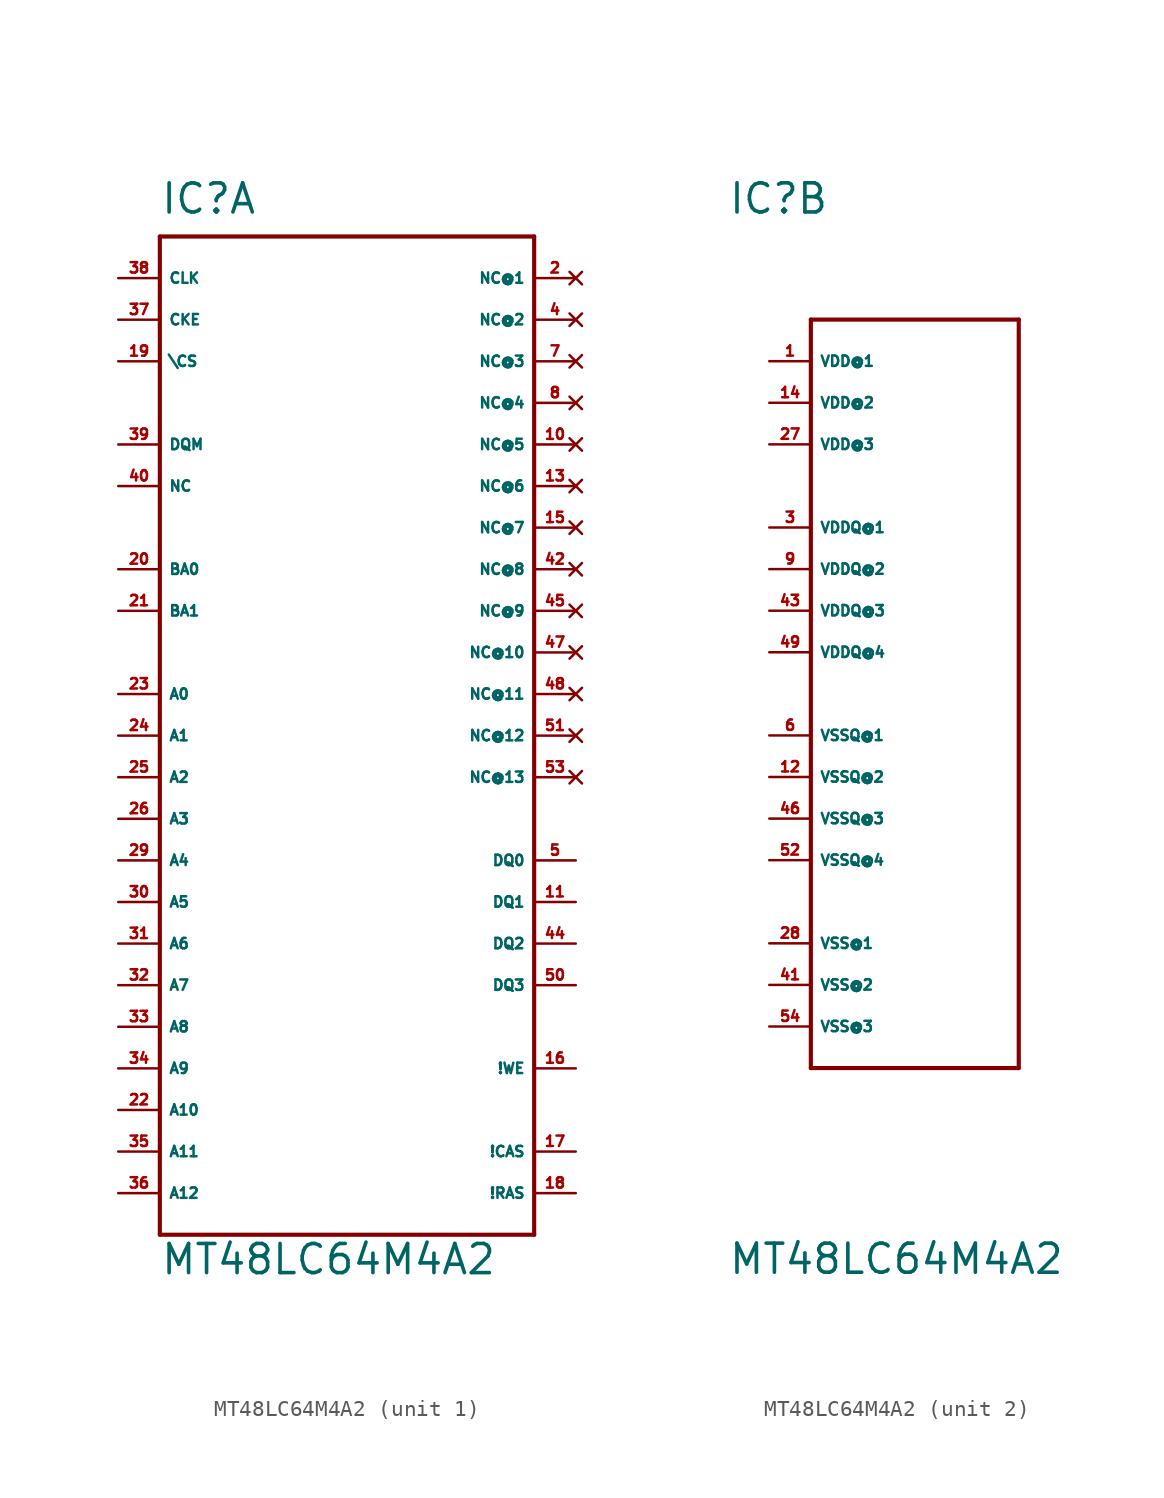
<source format=kicad_sym>
(kicad_symbol_lib
  (version 20220914)
  (generator Eagle2Kicad)
  (symbol "MT48LC64M4A2"
    (property "Reference" "IC"
      (at -10.16 29.21 0)
      (effects (font (size 1.778 1.778) (thickness 0.22)) (justify left bottom)))
    (property "Value" "MT48LC64M4A2"
      (at -10.16 -35.56 0)
      (effects (font (size 1.778 1.778) (thickness 0.22)) (justify left bottom)))
    (symbol "MT48LC64M4A2_1_0"
      (polyline (pts (xy -10.16 27.94) (xy 12.7 27.94)) (stroke (width 0.254) (type default)) (fill (type none)))
      (polyline (pts (xy 12.7 27.94) (xy 12.7 -33.02)) (stroke (width 0.254) (type default)) (fill (type none)))
      (polyline (pts (xy 12.7 -33.02) (xy -10.16 -33.02)) (stroke (width 0.254) (type default)) (fill (type none)))
      (polyline (pts (xy -10.16 -33.02) (xy -10.16 27.94)) (stroke (width 0.254) (type default)) (fill (type none)))
      (pin input line (at -12.7 25.4 0) (length 2.54) (name "CLK" (effects (font (size 0.635 0.635) (thickness 0.08)) (justify left bottom))) (number "38" (effects (font (size 0.635 0.635) (thickness 0.08)) (justify left bottom))))
      (pin input line (at -12.7 22.86 0) (length 2.54) (name "CKE" (effects (font (size 0.635 0.635) (thickness 0.08)) (justify left bottom))) (number "37" (effects (font (size 0.635 0.635) (thickness 0.08)) (justify left bottom))))
      (pin input line (at -12.7 20.32 0) (length 2.54) (name "\CS" (effects (font (size 0.635 0.635) (thickness 0.08)) (justify left bottom))) (number "19" (effects (font (size 0.635 0.635) (thickness 0.08)) (justify left bottom))))
      (pin input line (at 15.24 -22.86 180) (length 2.54) (name "!WE" (effects (font (size 0.635 0.635) (thickness 0.08)) (justify left bottom))) (number "16" (effects (font (size 0.635 0.635) (thickness 0.08)) (justify left bottom))))
      (pin input line (at 15.24 -27.94 180) (length 2.54) (name "!CAS" (effects (font (size 0.635 0.635) (thickness 0.08)) (justify left bottom))) (number "17" (effects (font (size 0.635 0.635) (thickness 0.08)) (justify left bottom))))
      (pin input line (at 15.24 -30.48 180) (length 2.54) (name "!RAS" (effects (font (size 0.635 0.635) (thickness 0.08)) (justify left bottom))) (number "18" (effects (font (size 0.635 0.635) (thickness 0.08)) (justify left bottom))))
      (pin input line (at -12.7 15.24 0) (length 2.54) (name "DQM" (effects (font (size 0.635 0.635) (thickness 0.08)) (justify left bottom))) (number "39" (effects (font (size 0.635 0.635) (thickness 0.08)) (justify left bottom))))
      (pin input line (at -12.7 12.7 0) (length 2.54) (name "NC" (effects (font (size 0.635 0.635) (thickness 0.08)) (justify left bottom))) (number "40" (effects (font (size 0.635 0.635) (thickness 0.08)) (justify left bottom))))
      (pin input line (at -12.7 7.62 0) (length 2.54) (name "BA0" (effects (font (size 0.635 0.635) (thickness 0.08)) (justify left bottom))) (number "20" (effects (font (size 0.635 0.635) (thickness 0.08)) (justify left bottom))))
      (pin input line (at -12.7 5.08 0) (length 2.54) (name "BA1" (effects (font (size 0.635 0.635) (thickness 0.08)) (justify left bottom))) (number "21" (effects (font (size 0.635 0.635) (thickness 0.08)) (justify left bottom))))
      (pin input line (at -12.7 0 0) (length 2.54) (name "A0" (effects (font (size 0.635 0.635) (thickness 0.08)) (justify left bottom))) (number "23" (effects (font (size 0.635 0.635) (thickness 0.08)) (justify left bottom))))
      (pin input line (at -12.7 -2.54 0) (length 2.54) (name "A1" (effects (font (size 0.635 0.635) (thickness 0.08)) (justify left bottom))) (number "24" (effects (font (size 0.635 0.635) (thickness 0.08)) (justify left bottom))))
      (pin input line (at -12.7 -5.08 0) (length 2.54) (name "A2" (effects (font (size 0.635 0.635) (thickness 0.08)) (justify left bottom))) (number "25" (effects (font (size 0.635 0.635) (thickness 0.08)) (justify left bottom))))
      (pin input line (at -12.7 -7.62 0) (length 2.54) (name "A3" (effects (font (size 0.635 0.635) (thickness 0.08)) (justify left bottom))) (number "26" (effects (font (size 0.635 0.635) (thickness 0.08)) (justify left bottom))))
      (pin input line (at -12.7 -10.16 0) (length 2.54) (name "A4" (effects (font (size 0.635 0.635) (thickness 0.08)) (justify left bottom))) (number "29" (effects (font (size 0.635 0.635) (thickness 0.08)) (justify left bottom))))
      (pin input line (at -12.7 -12.7 0) (length 2.54) (name "A5" (effects (font (size 0.635 0.635) (thickness 0.08)) (justify left bottom))) (number "30" (effects (font (size 0.635 0.635) (thickness 0.08)) (justify left bottom))))
      (pin input line (at -12.7 -15.24 0) (length 2.54) (name "A6" (effects (font (size 0.635 0.635) (thickness 0.08)) (justify left bottom))) (number "31" (effects (font (size 0.635 0.635) (thickness 0.08)) (justify left bottom))))
      (pin input line (at -12.7 -17.78 0) (length 2.54) (name "A7" (effects (font (size 0.635 0.635) (thickness 0.08)) (justify left bottom))) (number "32" (effects (font (size 0.635 0.635) (thickness 0.08)) (justify left bottom))))
      (pin input line (at -12.7 -20.32 0) (length 2.54) (name "A8" (effects (font (size 0.635 0.635) (thickness 0.08)) (justify left bottom))) (number "33" (effects (font (size 0.635 0.635) (thickness 0.08)) (justify left bottom))))
      (pin input line (at -12.7 -22.86 0) (length 2.54) (name "A9" (effects (font (size 0.635 0.635) (thickness 0.08)) (justify left bottom))) (number "34" (effects (font (size 0.635 0.635) (thickness 0.08)) (justify left bottom))))
      (pin input line (at -12.7 -25.4 0) (length 2.54) (name "A10" (effects (font (size 0.635 0.635) (thickness 0.08)) (justify left bottom))) (number "22" (effects (font (size 0.635 0.635) (thickness 0.08)) (justify left bottom))))
      (pin input line (at -12.7 -27.94 0) (length 2.54) (name "A11" (effects (font (size 0.635 0.635) (thickness 0.08)) (justify left bottom))) (number "35" (effects (font (size 0.635 0.635) (thickness 0.08)) (justify left bottom))))
      (pin input line (at -12.7 -30.48 0) (length 2.54) (name "A12" (effects (font (size 0.635 0.635) (thickness 0.08)) (justify left bottom))) (number "36" (effects (font (size 0.635 0.635) (thickness 0.08)) (justify left bottom))))
      (pin tri_state line (at 15.24 -10.16 180) (length 2.54) (name "DQ0" (effects (font (size 0.635 0.635) (thickness 0.08)) (justify left bottom))) (number "5" (effects (font (size 0.635 0.635) (thickness 0.08)) (justify left bottom))))
      (pin tri_state line (at 15.24 -12.7 180) (length 2.54) (name "DQ1" (effects (font (size 0.635 0.635) (thickness 0.08)) (justify left bottom))) (number "11" (effects (font (size 0.635 0.635) (thickness 0.08)) (justify left bottom))))
      (pin tri_state line (at 15.24 -15.24 180) (length 2.54) (name "DQ2" (effects (font (size 0.635 0.635) (thickness 0.08)) (justify left bottom))) (number "44" (effects (font (size 0.635 0.635) (thickness 0.08)) (justify left bottom))))
      (pin tri_state line (at 15.24 -17.78 180) (length 2.54) (name "DQ3" (effects (font (size 0.635 0.635) (thickness 0.08)) (justify left bottom))) (number "50" (effects (font (size 0.635 0.635) (thickness 0.08)) (justify left bottom))))
      (pin no_connect line (at 15.24 25.4 180) (length 2.54) (name "NC@1" (effects (font (size 0.635 0.635) (thickness 0.08)) (justify left bottom) hide)) (number "2" (effects (font (size 0.635 0.635) (thickness 0.08)) (justify left bottom) hide)))
      (pin no_connect line (at 15.24 22.86 180) (length 2.54) (name "NC@2" (effects (font (size 0.635 0.635) (thickness 0.08)) (justify left bottom) hide)) (number "4" (effects (font (size 0.635 0.635) (thickness 0.08)) (justify left bottom) hide)))
      (pin no_connect line (at 15.24 20.32 180) (length 2.54) (name "NC@3" (effects (font (size 0.635 0.635) (thickness 0.08)) (justify left bottom) hide)) (number "7" (effects (font (size 0.635 0.635) (thickness 0.08)) (justify left bottom) hide)))
      (pin no_connect line (at 15.24 17.78 180) (length 2.54) (name "NC@4" (effects (font (size 0.635 0.635) (thickness 0.08)) (justify left bottom) hide)) (number "8" (effects (font (size 0.635 0.635) (thickness 0.08)) (justify left bottom) hide)))
      (pin no_connect line (at 15.24 15.24 180) (length 2.54) (name "NC@5" (effects (font (size 0.635 0.635) (thickness 0.08)) (justify left bottom) hide)) (number "10" (effects (font (size 0.635 0.635) (thickness 0.08)) (justify left bottom) hide)))
      (pin no_connect line (at 15.24 12.7 180) (length 2.54) (name "NC@6" (effects (font (size 0.635 0.635) (thickness 0.08)) (justify left bottom) hide)) (number "13" (effects (font (size 0.635 0.635) (thickness 0.08)) (justify left bottom) hide)))
      (pin no_connect line (at 15.24 10.16 180) (length 2.54) (name "NC@7" (effects (font (size 0.635 0.635) (thickness 0.08)) (justify left bottom) hide)) (number "15" (effects (font (size 0.635 0.635) (thickness 0.08)) (justify left bottom) hide)))
      (pin no_connect line (at 15.24 7.62 180) (length 2.54) (name "NC@8" (effects (font (size 0.635 0.635) (thickness 0.08)) (justify left bottom) hide)) (number "42" (effects (font (size 0.635 0.635) (thickness 0.08)) (justify left bottom) hide)))
      (pin no_connect line (at 15.24 5.08 180) (length 2.54) (name "NC@9" (effects (font (size 0.635 0.635) (thickness 0.08)) (justify left bottom) hide)) (number "45" (effects (font (size 0.635 0.635) (thickness 0.08)) (justify left bottom) hide)))
      (pin no_connect line (at 15.24 2.54 180) (length 2.54) (name "NC@10" (effects (font (size 0.635 0.635) (thickness 0.08)) (justify left bottom) hide)) (number "47" (effects (font (size 0.635 0.635) (thickness 0.08)) (justify left bottom) hide)))
      (pin no_connect line (at 15.24 0 180) (length 2.54) (name "NC@11" (effects (font (size 0.635 0.635) (thickness 0.08)) (justify left bottom) hide)) (number "48" (effects (font (size 0.635 0.635) (thickness 0.08)) (justify left bottom) hide)))
      (pin no_connect line (at 15.24 -2.54 180) (length 2.54) (name "NC@12" (effects (font (size 0.635 0.635) (thickness 0.08)) (justify left bottom) hide)) (number "51" (effects (font (size 0.635 0.635) (thickness 0.08)) (justify left bottom) hide)))
      (pin no_connect line (at 15.24 -5.08 180) (length 2.54) (name "NC@13" (effects (font (size 0.635 0.635) (thickness 0.08)) (justify left bottom) hide)) (number "53" (effects (font (size 0.635 0.635) (thickness 0.08)) (justify left bottom) hide))))
    (symbol "MT48LC64M4A2_2_0"
      (polyline (pts (xy -5.08 22.86) (xy 7.62 22.86)) (stroke (width 0.254) (type default)) (fill (type none)))
      (polyline (pts (xy 7.62 22.86) (xy 7.62 -22.86)) (stroke (width 0.254) (type default)) (fill (type none)))
      (polyline (pts (xy 7.62 -22.86) (xy -5.08 -22.86)) (stroke (width 0.254) (type default)) (fill (type none)))
      (polyline (pts (xy -5.08 -22.86) (xy -5.08 22.86)) (stroke (width 0.254) (type default)) (fill (type none)))
      (pin unspecified line (at -7.62 10.16 0) (length 2.54) (name "VDDQ@1" (effects (font (size 0.635 0.635) (thickness 0.08)) (justify left bottom))) (number "3" (effects (font (size 0.635 0.635) (thickness 0.08)) (justify left bottom))))
      (pin unspecified line (at -7.62 7.62 0) (length 2.54) (name "VDDQ@2" (effects (font (size 0.635 0.635) (thickness 0.08)) (justify left bottom))) (number "9" (effects (font (size 0.635 0.635) (thickness 0.08)) (justify left bottom))))
      (pin unspecified line (at -7.62 5.08 0) (length 2.54) (name "VDDQ@3" (effects (font (size 0.635 0.635) (thickness 0.08)) (justify left bottom))) (number "43" (effects (font (size 0.635 0.635) (thickness 0.08)) (justify left bottom))))
      (pin unspecified line (at -7.62 2.54 0) (length 2.54) (name "VDDQ@4" (effects (font (size 0.635 0.635) (thickness 0.08)) (justify left bottom))) (number "49" (effects (font (size 0.635 0.635) (thickness 0.08)) (justify left bottom))))
      (pin unspecified line (at -7.62 -2.54 0) (length 2.54) (name "VSSQ@1" (effects (font (size 0.635 0.635) (thickness 0.08)) (justify left bottom))) (number "6" (effects (font (size 0.635 0.635) (thickness 0.08)) (justify left bottom))))
      (pin unspecified line (at -7.62 -5.08 0) (length 2.54) (name "VSSQ@2" (effects (font (size 0.635 0.635) (thickness 0.08)) (justify left bottom))) (number "12" (effects (font (size 0.635 0.635) (thickness 0.08)) (justify left bottom))))
      (pin unspecified line (at -7.62 -7.62 0) (length 2.54) (name "VSSQ@3" (effects (font (size 0.635 0.635) (thickness 0.08)) (justify left bottom))) (number "46" (effects (font (size 0.635 0.635) (thickness 0.08)) (justify left bottom))))
      (pin unspecified line (at -7.62 -10.16 0) (length 2.54) (name "VSSQ@4" (effects (font (size 0.635 0.635) (thickness 0.08)) (justify left bottom))) (number "52" (effects (font (size 0.635 0.635) (thickness 0.08)) (justify left bottom))))
      (pin unspecified line (at -7.62 20.32 0) (length 2.54) (name "VDD@1" (effects (font (size 0.635 0.635) (thickness 0.08)) (justify left bottom))) (number "1" (effects (font (size 0.635 0.635) (thickness 0.08)) (justify left bottom))))
      (pin unspecified line (at -7.62 17.78 0) (length 2.54) (name "VDD@2" (effects (font (size 0.635 0.635) (thickness 0.08)) (justify left bottom))) (number "14" (effects (font (size 0.635 0.635) (thickness 0.08)) (justify left bottom))))
      (pin unspecified line (at -7.62 15.24 0) (length 2.54) (name "VDD@3" (effects (font (size 0.635 0.635) (thickness 0.08)) (justify left bottom))) (number "27" (effects (font (size 0.635 0.635) (thickness 0.08)) (justify left bottom))))
      (pin unspecified line (at -7.62 -15.24 0) (length 2.54) (name "VSS@1" (effects (font (size 0.635 0.635) (thickness 0.08)) (justify left bottom))) (number "28" (effects (font (size 0.635 0.635) (thickness 0.08)) (justify left bottom))))
      (pin unspecified line (at -7.62 -17.78 0) (length 2.54) (name "VSS@2" (effects (font (size 0.635 0.635) (thickness 0.08)) (justify left bottom))) (number "41" (effects (font (size 0.635 0.635) (thickness 0.08)) (justify left bottom))))
      (pin unspecified line (at -7.62 -20.32 0) (length 2.54) (name "VSS@3" (effects (font (size 0.635 0.635) (thickness 0.08)) (justify left bottom))) (number "54" (effects (font (size 0.635 0.635) (thickness 0.08)) (justify left bottom)))))))
</source>
